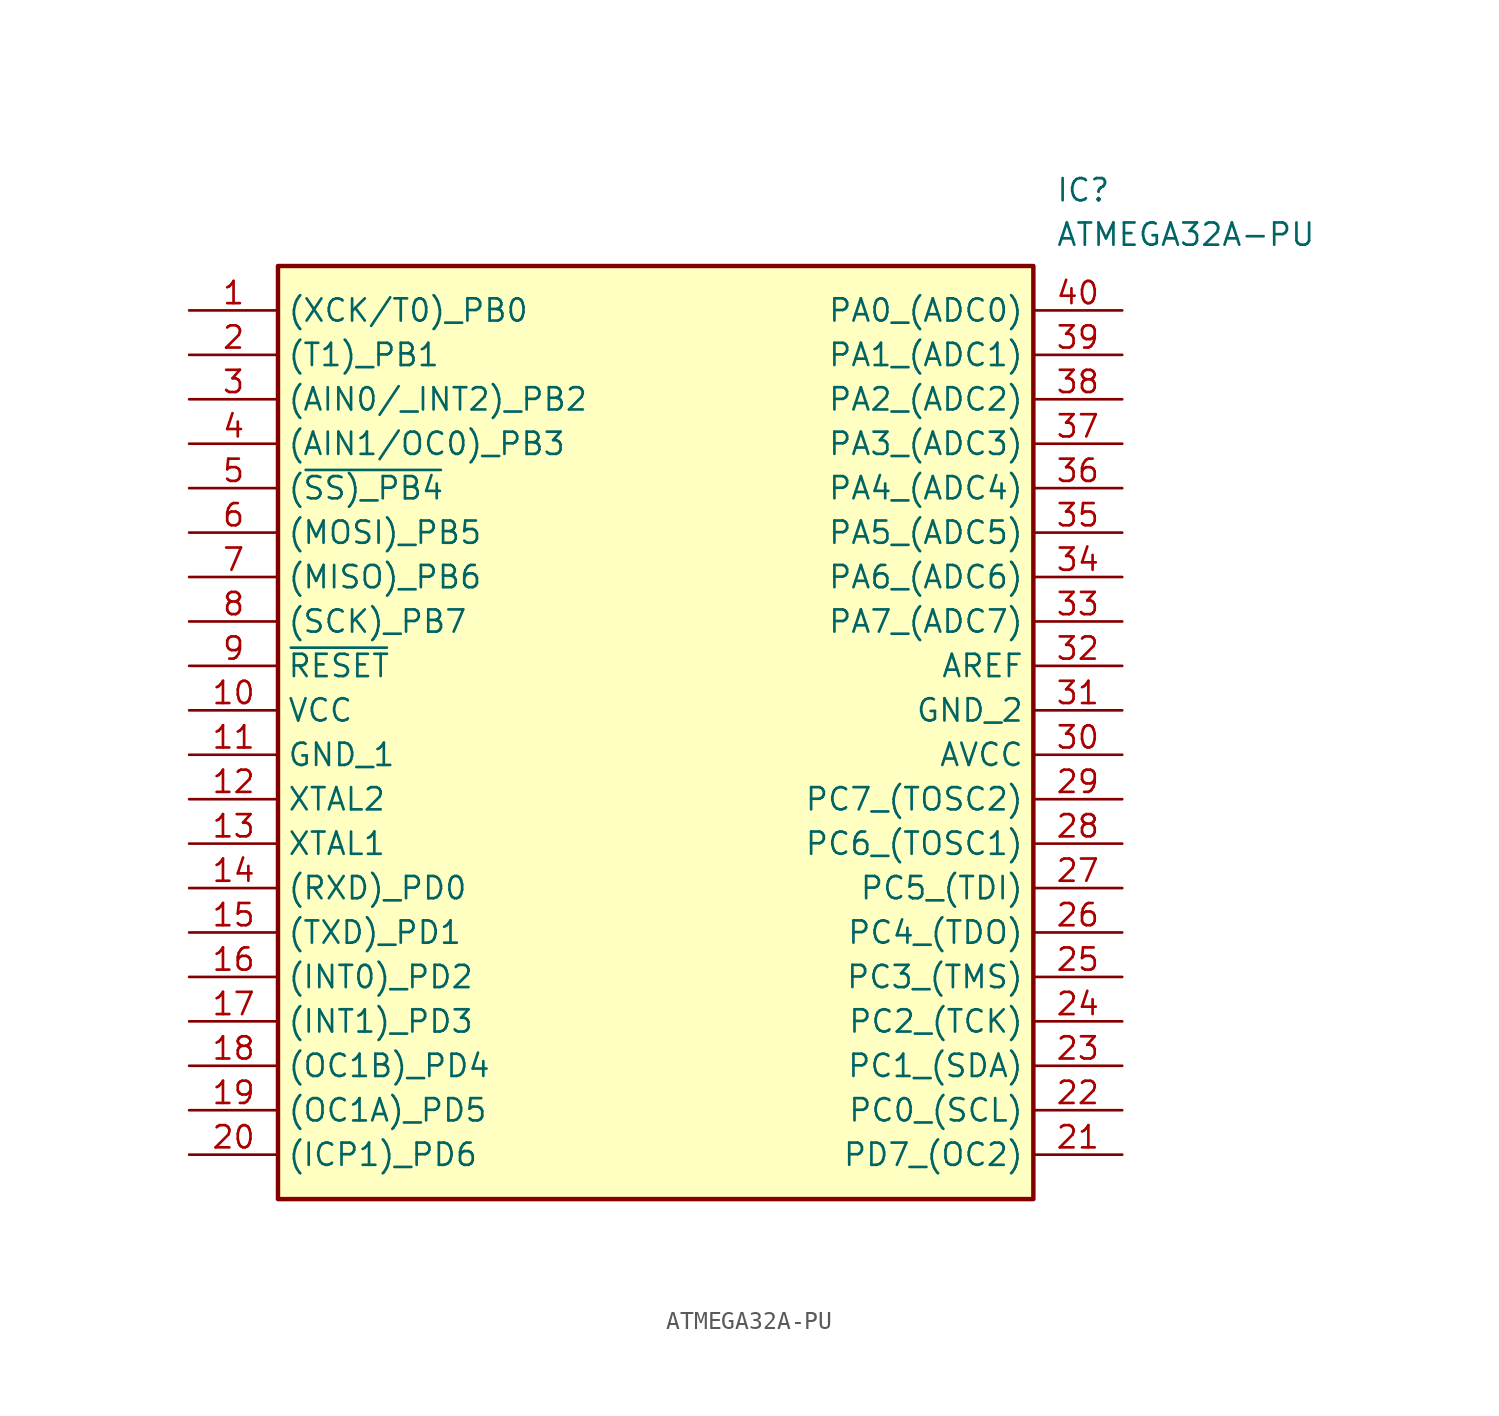
<source format=kicad_sym>
(kicad_symbol_lib
  (version 20211014)
  (generator SamacSys_ECAD_Model)
  (symbol "ATMEGA32A-PU"
    (property "Reference" "IC"
      (at 49.53 7.62 0)
      (effects (font (size 1.27 1.27)) (justify left top)))
    (property "Value" "ATMEGA32A-PU"
      (at 49.53 5.08 0)
      (effects (font (size 1.27 1.27)) (justify left top)))
    (rectangle
      (start 5.08 2.54)
      (end 48.26 -50.8)
      (stroke (width 0.254) (type default))
      (fill (type background)))
    (pin passive line
      (at 0 0 0)
      (length 5.08)
      (name "(XCK/T0)_PB0" (effects (font (size 1.27 1.27))))
      (number "1" (effects (font (size 1.27 1.27)))))
    (pin passive line
      (at 0 -2.54 0)
      (length 5.08)
      (name "(T1)_PB1" (effects (font (size 1.27 1.27))))
      (number "2" (effects (font (size 1.27 1.27)))))
    (pin passive line
      (at 0 -5.08 0)
      (length 5.08)
      (name "(AIN0/_INT2)_PB2" (effects (font (size 1.27 1.27))))
      (number "3" (effects (font (size 1.27 1.27)))))
    (pin passive line
      (at 0 -7.62 0)
      (length 5.08)
      (name "(AIN1/OC0)_PB3" (effects (font (size 1.27 1.27))))
      (number "4" (effects (font (size 1.27 1.27)))))
    (pin passive line
      (at 0 -10.16 0)
      (length 5.08)
      (name "(~{SS)_PB4}" (effects (font (size 1.27 1.27))))
      (number "5" (effects (font (size 1.27 1.27)))))
    (pin passive line
      (at 0 -12.7 0)
      (length 5.08)
      (name "(MOSI)_PB5" (effects (font (size 1.27 1.27))))
      (number "6" (effects (font (size 1.27 1.27)))))
    (pin passive line
      (at 0 -15.24 0)
      (length 5.08)
      (name "(MISO)_PB6" (effects (font (size 1.27 1.27))))
      (number "7" (effects (font (size 1.27 1.27)))))
    (pin passive line
      (at 0 -17.78 0)
      (length 5.08)
      (name "(SCK)_PB7" (effects (font (size 1.27 1.27))))
      (number "8" (effects (font (size 1.27 1.27)))))
    (pin passive line
      (at 0 -20.32 0)
      (length 5.08)
      (name "~{RESET}" (effects (font (size 1.27 1.27))))
      (number "9" (effects (font (size 1.27 1.27)))))
    (pin passive line
      (at 0 -22.86 0)
      (length 5.08)
      (name "VCC" (effects (font (size 1.27 1.27))))
      (number "10" (effects (font (size 1.27 1.27)))))
    (pin passive line
      (at 0 -25.4 0)
      (length 5.08)
      (name "GND_1" (effects (font (size 1.27 1.27))))
      (number "11" (effects (font (size 1.27 1.27)))))
    (pin passive line
      (at 0 -27.94 0)
      (length 5.08)
      (name "XTAL2" (effects (font (size 1.27 1.27))))
      (number "12" (effects (font (size 1.27 1.27)))))
    (pin passive line
      (at 0 -30.48 0)
      (length 5.08)
      (name "XTAL1" (effects (font (size 1.27 1.27))))
      (number "13" (effects (font (size 1.27 1.27)))))
    (pin passive line
      (at 0 -33.02 0)
      (length 5.08)
      (name "(RXD)_PD0" (effects (font (size 1.27 1.27))))
      (number "14" (effects (font (size 1.27 1.27)))))
    (pin passive line
      (at 0 -35.56 0)
      (length 5.08)
      (name "(TXD)_PD1" (effects (font (size 1.27 1.27))))
      (number "15" (effects (font (size 1.27 1.27)))))
    (pin passive line
      (at 0 -38.1 0)
      (length 5.08)
      (name "(INT0)_PD2" (effects (font (size 1.27 1.27))))
      (number "16" (effects (font (size 1.27 1.27)))))
    (pin passive line
      (at 0 -40.64 0)
      (length 5.08)
      (name "(INT1)_PD3" (effects (font (size 1.27 1.27))))
      (number "17" (effects (font (size 1.27 1.27)))))
    (pin passive line
      (at 0 -43.18 0)
      (length 5.08)
      (name "(OC1B)_PD4" (effects (font (size 1.27 1.27))))
      (number "18" (effects (font (size 1.27 1.27)))))
    (pin passive line
      (at 0 -45.72 0)
      (length 5.08)
      (name "(OC1A)_PD5" (effects (font (size 1.27 1.27))))
      (number "19" (effects (font (size 1.27 1.27)))))
    (pin passive line
      (at 0 -48.26 0)
      (length 5.08)
      (name "(ICP1)_PD6" (effects (font (size 1.27 1.27))))
      (number "20" (effects (font (size 1.27 1.27)))))
    (pin passive line
      (at 53.34 0 180)
      (length 5.08)
      (name "PA0_(ADC0)" (effects (font (size 1.27 1.27))))
      (number "40" (effects (font (size 1.27 1.27)))))
    (pin passive line
      (at 53.34 -2.54 180)
      (length 5.08)
      (name "PA1_(ADC1)" (effects (font (size 1.27 1.27))))
      (number "39" (effects (font (size 1.27 1.27)))))
    (pin passive line
      (at 53.34 -5.08 180)
      (length 5.08)
      (name "PA2_(ADC2)" (effects (font (size 1.27 1.27))))
      (number "38" (effects (font (size 1.27 1.27)))))
    (pin passive line
      (at 53.34 -7.62 180)
      (length 5.08)
      (name "PA3_(ADC3)" (effects (font (size 1.27 1.27))))
      (number "37" (effects (font (size 1.27 1.27)))))
    (pin passive line
      (at 53.34 -10.16 180)
      (length 5.08)
      (name "PA4_(ADC4)" (effects (font (size 1.27 1.27))))
      (number "36" (effects (font (size 1.27 1.27)))))
    (pin passive line
      (at 53.34 -12.7 180)
      (length 5.08)
      (name "PA5_(ADC5)" (effects (font (size 1.27 1.27))))
      (number "35" (effects (font (size 1.27 1.27)))))
    (pin passive line
      (at 53.34 -15.24 180)
      (length 5.08)
      (name "PA6_(ADC6)" (effects (font (size 1.27 1.27))))
      (number "34" (effects (font (size 1.27 1.27)))))
    (pin passive line
      (at 53.34 -17.78 180)
      (length 5.08)
      (name "PA7_(ADC7)" (effects (font (size 1.27 1.27))))
      (number "33" (effects (font (size 1.27 1.27)))))
    (pin passive line
      (at 53.34 -20.32 180)
      (length 5.08)
      (name "AREF" (effects (font (size 1.27 1.27))))
      (number "32" (effects (font (size 1.27 1.27)))))
    (pin passive line
      (at 53.34 -22.86 180)
      (length 5.08)
      (name "GND_2" (effects (font (size 1.27 1.27))))
      (number "31" (effects (font (size 1.27 1.27)))))
    (pin passive line
      (at 53.34 -25.4 180)
      (length 5.08)
      (name "AVCC" (effects (font (size 1.27 1.27))))
      (number "30" (effects (font (size 1.27 1.27)))))
    (pin passive line
      (at 53.34 -27.94 180)
      (length 5.08)
      (name "PC7_(TOSC2)" (effects (font (size 1.27 1.27))))
      (number "29" (effects (font (size 1.27 1.27)))))
    (pin passive line
      (at 53.34 -30.48 180)
      (length 5.08)
      (name "PC6_(TOSC1)" (effects (font (size 1.27 1.27))))
      (number "28" (effects (font (size 1.27 1.27)))))
    (pin passive line
      (at 53.34 -33.02 180)
      (length 5.08)
      (name "PC5_(TDI)" (effects (font (size 1.27 1.27))))
      (number "27" (effects (font (size 1.27 1.27)))))
    (pin passive line
      (at 53.34 -35.56 180)
      (length 5.08)
      (name "PC4_(TDO)" (effects (font (size 1.27 1.27))))
      (number "26" (effects (font (size 1.27 1.27)))))
    (pin passive line
      (at 53.34 -38.1 180)
      (length 5.08)
      (name "PC3_(TMS)" (effects (font (size 1.27 1.27))))
      (number "25" (effects (font (size 1.27 1.27)))))
    (pin passive line
      (at 53.34 -40.64 180)
      (length 5.08)
      (name "PC2_(TCK)" (effects (font (size 1.27 1.27))))
      (number "24" (effects (font (size 1.27 1.27)))))
    (pin passive line
      (at 53.34 -43.18 180)
      (length 5.08)
      (name "PC1_(SDA)" (effects (font (size 1.27 1.27))))
      (number "23" (effects (font (size 1.27 1.27)))))
    (pin passive line
      (at 53.34 -45.72 180)
      (length 5.08)
      (name "PC0_(SCL)" (effects (font (size 1.27 1.27))))
      (number "22" (effects (font (size 1.27 1.27)))))
    (pin passive line
      (at 53.34 -48.26 180)
      (length 5.08)
      (name "PD7_(OC2)" (effects (font (size 1.27 1.27))))
      (number "21" (effects (font (size 1.27 1.27)))))))
</source>
